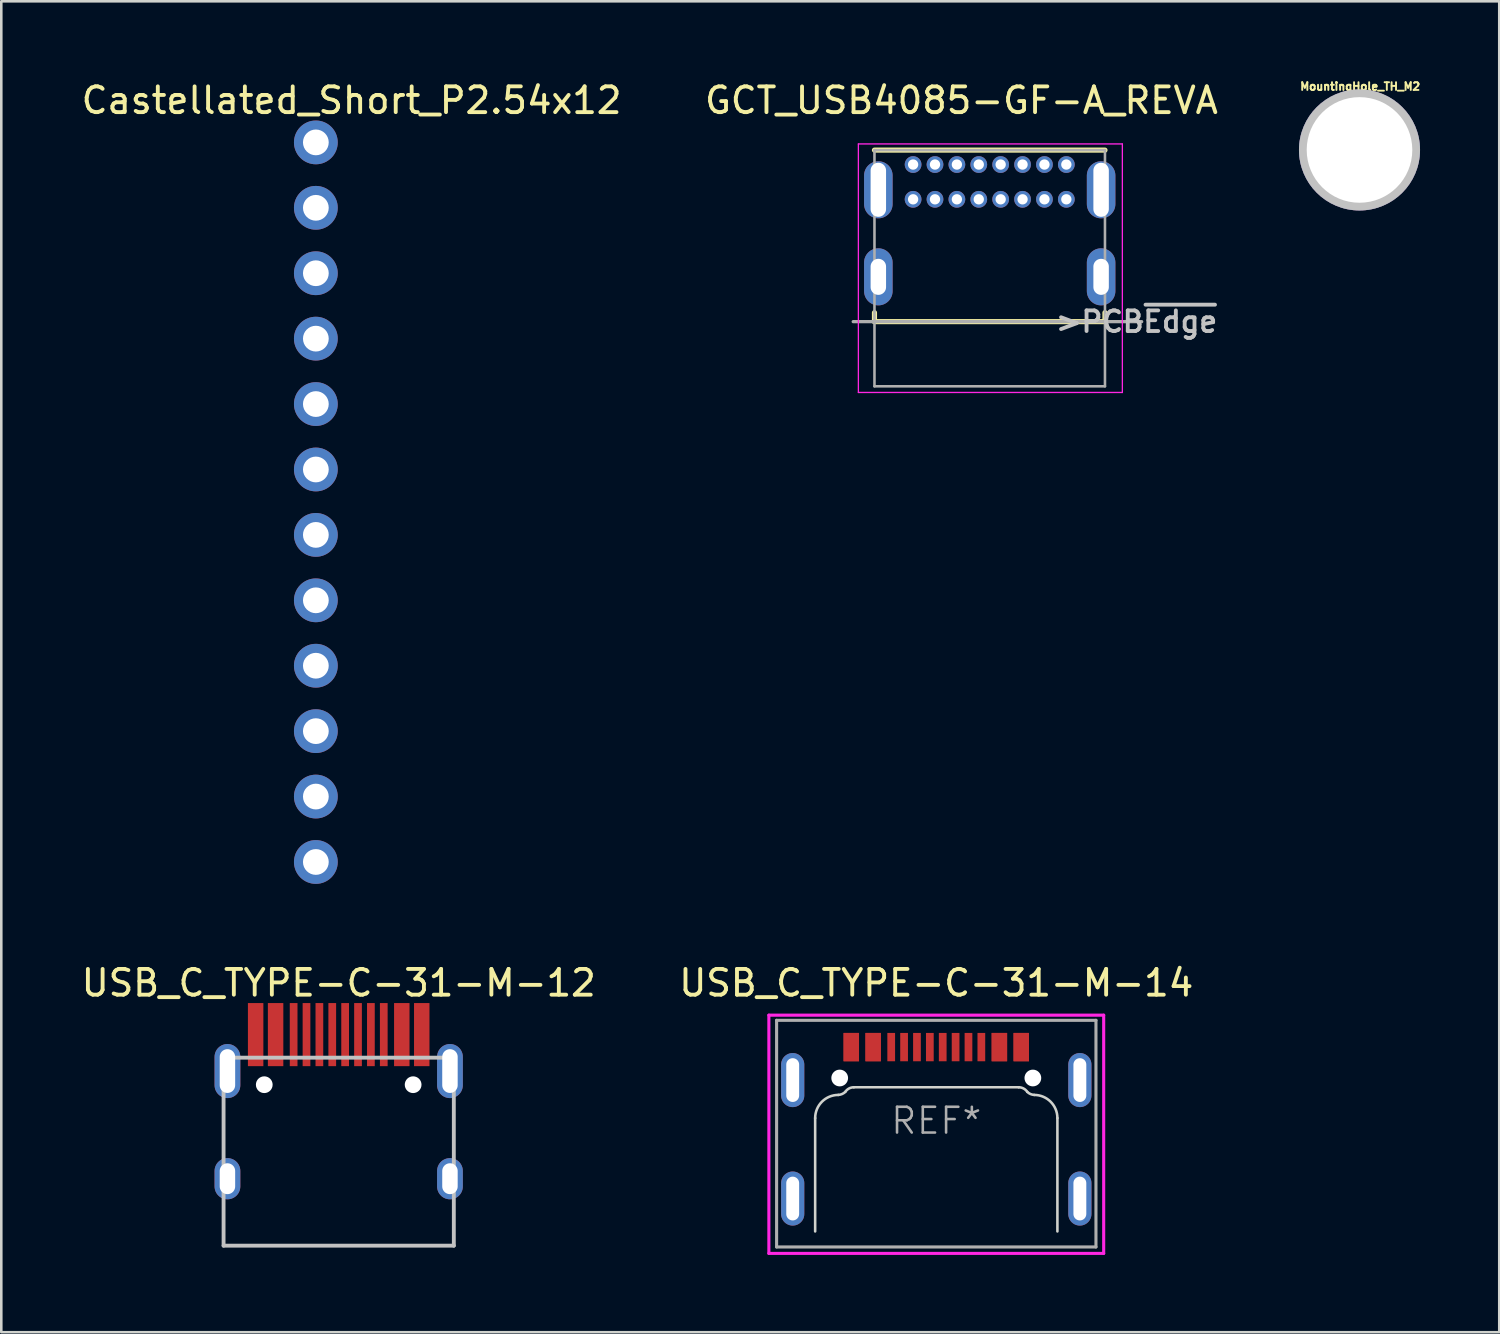
<source format=kicad_pcb>
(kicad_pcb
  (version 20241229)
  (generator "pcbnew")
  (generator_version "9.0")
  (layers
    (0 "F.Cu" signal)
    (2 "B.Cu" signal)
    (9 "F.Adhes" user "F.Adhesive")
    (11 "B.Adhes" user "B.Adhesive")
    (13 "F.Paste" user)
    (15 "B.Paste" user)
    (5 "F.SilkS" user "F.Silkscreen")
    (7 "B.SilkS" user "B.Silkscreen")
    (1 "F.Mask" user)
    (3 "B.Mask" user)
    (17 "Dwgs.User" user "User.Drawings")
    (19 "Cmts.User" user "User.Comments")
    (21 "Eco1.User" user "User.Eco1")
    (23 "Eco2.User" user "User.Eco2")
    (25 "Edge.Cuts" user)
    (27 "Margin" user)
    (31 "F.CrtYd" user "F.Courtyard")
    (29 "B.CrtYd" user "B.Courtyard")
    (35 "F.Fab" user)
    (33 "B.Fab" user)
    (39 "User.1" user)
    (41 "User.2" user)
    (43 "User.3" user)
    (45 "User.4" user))
  (footprint "USB_C_TYPE-C-31-M-12"
    (layer "F.Cu")
    (at 10.101 45.317)
    (property "Reference" "USB_C_TYPE-C-31-M-12" (at 0 -10.2 0) (layer "F.SilkS") (effects (font (size 1 1) (thickness 0.15))))
    (attr smd)
    (fp_line (start -4.47 -7.3) (end 4.47 -7.3) (stroke (width 0.15) (type solid)) (layer "Dwgs.User"))
    (fp_line (start -4.47 0) (end -4.47 -7.3) (stroke (width 0.15) (type solid)) (layer "Dwgs.User"))
    (fp_line (start -4.47 0) (end 4.47 0) (stroke (width 0.15) (type solid)) (layer "Dwgs.User"))
    (fp_line (start 4.47 0) (end 4.47 -7.3) (stroke (width 0.15) (type solid)) (layer "Dwgs.User"))
    (pad "" np_thru_hole circle (at -2.89 -6.25) (size 0.65 0.65) (drill 0.65) (layers "*.Cu" "*.Mask"))
    (pad "" np_thru_hole circle (at 2.89 -6.25) (size 0.65 0.65) (drill 0.65) (layers "*.Cu" "*.Mask"))
    (pad "13" thru_hole oval (at -4.32 -6.78) (size 1 2.1) (drill oval 0.6 1.7) (layers "*.Cu" "B.Mask"))
    (pad "13" thru_hole oval (at -4.32 -2.6) (size 1 1.6) (drill oval 0.6 1.2) (layers "*.Cu" "B.Mask"))
    (pad "13" thru_hole oval (at 4.32 -6.78) (size 1 2.1) (drill oval 0.6 1.7) (layers "*.Cu" "B.Mask"))
    (pad "13" thru_hole oval (at 4.32 -2.6) (size 1 1.6) (drill oval 0.6 1.2) (layers "*.Cu" "B.Mask"))
    (pad "A1" smd rect (at -3.225 -8.195) (size 0.6 2.45) (layers "F.Cu" "F.Mask" "F.Paste"))
    (pad "A4" smd rect (at -2.45 -8.195) (size 0.6 2.45) (layers "F.Cu" "F.Mask" "F.Paste"))
    (pad "A5" smd rect (at -1.25 -8.195) (size 0.3 2.45) (layers "F.Cu" "F.Mask" "F.Paste"))
    (pad "A6" smd rect (at -0.25 -8.195) (size 0.3 2.45) (layers "F.Cu" "F.Mask" "F.Paste"))
    (pad "A7" smd rect (at 0.25 -8.195) (size 0.3 2.45) (layers "F.Cu" "F.Mask" "F.Paste"))
    (pad "A8" smd rect (at 1.25 -8.195) (size 0.3 2.45) (layers "F.Cu" "F.Mask" "F.Paste"))
    (pad "B1" smd rect (at 3.225 -8.195) (size 0.6 2.45) (layers "F.Cu" "F.Mask" "F.Paste"))
    (pad "B4" smd rect (at 2.45 -8.195) (size 0.6 2.45) (layers "F.Cu" "F.Mask" "F.Paste"))
    (pad "B5" smd rect (at 1.75 -8.195) (size 0.3 2.45) (layers "F.Cu" "F.Mask" "F.Paste"))
    (pad "B6" smd rect (at 0.75 -8.195) (size 0.3 2.45) (layers "F.Cu" "F.Mask" "F.Paste"))
    (pad "B7" smd rect (at -0.75 -8.195) (size 0.3 2.45) (layers "F.Cu" "F.Mask" "F.Paste"))
    (pad "B8" smd rect (at -1.75 -8.195) (size 0.3 2.45) (layers "F.Cu" "F.Mask" "F.Paste")))
  (footprint "GCT_USB4085-GF-A_REVA"
    (layer "F.Cu")
    (at 35.379 7.364)
    (property "Reference" "GCT_USB4085-GF-A_REVA" (at -1.097 -6.515 0) (layer "F.SilkS") (effects (font (size 1 1) (thickness 0.15))))
    (attr through_hole)
    (fp_line (start -4.475 -4.585) (end 4.475 -4.585) (stroke (width 0.2) (type solid)) (layer "F.SilkS"))
    (fp_line (start -4.475 1.725) (end -4.475 2.075) (stroke (width 0.2) (type solid)) (layer "F.SilkS"))
    (fp_line (start -4.475 2.075) (end 4.475 2.075) (stroke (width 0.2) (type solid)) (layer "F.SilkS"))
    (fp_line (start 4.475 2.075) (end 4.475 1.725) (stroke (width 0.2) (type solid)) (layer "F.SilkS"))
    (fp_line (start -5.1 -4.825) (end 5.15 -4.825) (stroke (width 0.05) (type solid)) (layer "F.CrtYd"))
    (fp_line (start -5.1 4.825) (end -5.1 -4.825) (stroke (width 0.05) (type solid)) (layer "F.CrtYd"))
    (fp_line (start 5.15 -4.825) (end 5.15 4.825) (stroke (width 0.05) (type solid)) (layer "F.CrtYd"))
    (fp_line (start 5.15 4.825) (end -5.1 4.825) (stroke (width 0.05) (type solid)) (layer "F.CrtYd"))
    (fp_line (start -5.3 2.075) (end 5.9 2.075) (stroke (width 0.127) (type solid)) (layer "F.Fab"))
    (fp_line (start -4.475 -4.585) (end 4.475 -4.585) (stroke (width 0.1) (type solid)) (layer "F.Fab"))
    (fp_line (start -4.475 4.585) (end -4.475 -4.585) (stroke (width 0.1) (type solid)) (layer "F.Fab"))
    (fp_line (start 4.475 -4.585) (end 4.475 4.585) (stroke (width 0.1) (type solid)) (layer "F.Fab"))
    (fp_line (start 4.475 4.585) (end -4.475 4.585) (stroke (width 0.1) (type solid)) (layer "F.Fab"))
    (fp_text user ">PCB~{Edge}" (at 5.703 2.076 0) (layer "Dwgs.User") (effects (font (size 0.8 0.8) (thickness 0.15))))
    (pad "A1" thru_hole circle (at -2.975 -4.025) (size 0.65 0.65) (drill 0.4) (layers "*.Cu" "*.Mask"))
    (pad "A4" thru_hole circle (at -2.125 -4.025) (size 0.65 0.65) (drill 0.4) (layers "*.Cu" "*.Mask"))
    (pad "A5" thru_hole circle (at -1.275 -4.025) (size 0.65 0.65) (drill 0.4) (layers "*.Cu" "*.Mask"))
    (pad "A6" thru_hole circle (at -0.425 -4.025) (size 0.65 0.65) (drill 0.4) (layers "*.Cu" "*.Mask"))
    (pad "A7" thru_hole circle (at 0.425 -4.025) (size 0.65 0.65) (drill 0.4) (layers "*.Cu" "*.Mask"))
    (pad "A8" thru_hole circle (at 1.275 -4.025) (size 0.65 0.65) (drill 0.4) (layers "*.Cu" "*.Mask"))
    (pad "A9" thru_hole circle (at 2.125 -4.025) (size 0.65 0.65) (drill 0.4) (layers "*.Cu" "*.Mask"))
    (pad "A12" thru_hole circle (at 2.975 -4.025) (size 0.65 0.65) (drill 0.4) (layers "*.Cu" "*.Mask"))
    (pad "B1" thru_hole circle (at 2.975 -2.675) (size 0.65 0.65) (drill 0.4) (layers "*.Cu" "*.Mask"))
    (pad "B4" thru_hole circle (at 2.125 -2.675) (size 0.65 0.65) (drill 0.4) (layers "*.Cu" "*.Mask"))
    (pad "B5" thru_hole circle (at 1.275 -2.675) (size 0.65 0.65) (drill 0.4) (layers "*.Cu" "*.Mask"))
    (pad "B6" thru_hole circle (at 0.425 -2.675) (size 0.65 0.65) (drill 0.4) (layers "*.Cu" "*.Mask"))
    (pad "B7" thru_hole circle (at -0.425 -2.675) (size 0.65 0.65) (drill 0.4) (layers "*.Cu" "*.Mask"))
    (pad "B8" thru_hole circle (at -1.275 -2.675) (size 0.65 0.65) (drill 0.4) (layers "*.Cu" "*.Mask"))
    (pad "B9" thru_hole circle (at -2.125 -2.675) (size 0.65 0.65) (drill 0.4) (layers "*.Cu" "*.Mask"))
    (pad "B12" thru_hole circle (at -2.975 -2.675) (size 0.65 0.65) (drill 0.4) (layers "*.Cu" "*.Mask"))
    (pad "P1" thru_hole oval (at -4.325 -3.045) (size 1.108 2.216) (drill oval 0.6 2.1) (layers "*.Cu" "*.Mask"))
    (pad "P2" thru_hole oval (at 4.325 -3.045) (size 1.108 2.216) (drill oval 0.6 2.1) (layers "*.Cu" "*.Mask"))
    (pad "P3" thru_hole oval (at 4.325 0.335) (size 1.108 2.216) (drill oval 0.6 1.4) (layers "*.Cu" "*.Mask"))
    (pad "P4" thru_hole oval (at -4.325 0.335) (size 1.108 2.216) (drill oval 0.6 1.4) (layers "*.Cu" "*.Mask")))
  (footprint "USB_C_TYPE-C-31-M-14"
    (layer "F.Cu")
    (at 33.304 40.467)
    (property "Reference" "USB_C_TYPE-C-31-M-14" (at 0 -5.35 0) (layer "F.SilkS") (effects (font (size 1 1) (thickness 0.15))))
    (attr through_hole)
    (fp_line (start -4.703 4.297) (end -4.703 -0.103) (stroke (width 0.1) (type solid)) (layer "Edge.Cuts"))
    (fp_line (start -3.2 -1.3) (end 3.2 -1.3) (stroke (width 0.1) (type solid)) (layer "Edge.Cuts"))
    (fp_line (start 4.703 4.297) (end 4.703 -0.103) (stroke (width 0.1) (type solid)) (layer "Edge.Cuts"))
    (fp_arc (start -4.70304 -0.103128) (mid -4.439436 -0.739524) (end -3.80304 -1.003128) (stroke (width 0.1) (type solid)) (layer "Edge.Cuts"))
    (fp_arc (start -3.532782 -1.121938) (mid -3.657195 -1.038158) (end -3.80304 -1.003128) (stroke (width 0.1) (type solid)) (layer "Edge.Cuts"))
    (fp_arc (start -3.532782 -1.121938) (mid -3.388713 -1.252687) (end -3.2 -1.3) (stroke (width 0.1) (type solid)) (layer "Edge.Cuts"))
    (fp_arc (start 3.2 -1.3) (mid 3.388713 -1.252686) (end 3.532782 -1.121938) (stroke (width 0.1) (type solid)) (layer "Edge.Cuts"))
    (fp_arc (start 3.80304 -1.003128) (mid 3.657195 -1.038158) (end 3.532782 -1.121938) (stroke (width 0.1) (type solid)) (layer "Edge.Cuts"))
    (fp_arc (start 3.80304 -1.003128) (mid 4.439436 -0.739524) (end 4.70304 -0.103128) (stroke (width 0.1) (type solid)) (layer "Edge.Cuts"))
    (fp_line (start -6.5 -4.1) (end -6.5 5.15) (stroke (width 0.12) (type solid)) (layer "F.CrtYd"))
    (fp_line (start -6.5 -4.1) (end 6.5 -4.1) (stroke (width 0.12) (type solid)) (layer "F.CrtYd"))
    (fp_line (start -6.5 5.15) (end 6.5 5.15) (stroke (width 0.12) (type solid)) (layer "F.CrtYd"))
    (fp_line (start 6.5 -4.1) (end 6.5 5.15) (stroke (width 0.12) (type solid)) (layer "F.CrtYd"))
    (fp_line (start -6.2 -3.9) (end -6.2 4.9) (stroke (width 0.12) (type solid)) (layer "F.Fab"))
    (fp_line (start -6.2 -3.9) (end 6.2 -3.9) (stroke (width 0.12) (type solid)) (layer "F.Fab"))
    (fp_line (start 6.2 4.9) (end -6.2 4.9) (stroke (width 0.12) (type solid)) (layer "F.Fab"))
    (fp_line (start 6.2 4.9) (end 6.2 -3.9) (stroke (width 0.12) (type solid)) (layer "F.Fab"))
    (fp_text user "REF*" (at 0 0 0) (layer "F.Fab") (effects (font (size 1 1) (thickness 0.1))))
    (pad "" smd oval (at -5.675 -1.58) (size 1.2 2.4) (layers "F.Paste"))
    (pad "" smd oval (at -5.675 3.02) (size 1.2 2.4) (layers "F.Paste"))
    (pad "" np_thru_hole circle (at -3.75 -1.66) (size 0.65 0.65) (drill 0.65) (layers "*.Cu" "*.Mask"))
    (pad "" np_thru_hole circle (at 3.75 -1.66) (size 0.65 0.65) (drill 0.65) (layers "*.Cu" "*.Mask"))
    (pad "" smd oval (at 5.675 -1.58) (size 1.2 2.4) (layers "F.Paste"))
    (pad "" smd oval (at 5.675 3.02) (size 1.2 2.4) (layers "F.Paste"))
    (pad "A1" smd rect (at -3.3 -2.86) (size 0.6 1.1) (layers "F.Cu" "F.Mask" "F.Paste"))
    (pad "A4" smd rect (at -2.45 -2.86) (size 0.6 1.1) (layers "F.Cu" "F.Mask" "F.Paste"))
    (pad "A5" smd rect (at -1.25 -2.86) (size 0.3 1.1) (layers "F.Cu" "F.Mask" "F.Paste"))
    (pad "A6" smd rect (at -0.25 -2.86) (size 0.3 1.1) (layers "F.Cu" "F.Mask" "F.Paste"))
    (pad "A7" smd rect (at 0.25 -2.86) (size 0.3 1.1) (layers "F.Cu" "F.Mask" "F.Paste"))
    (pad "A8" smd rect (at 1.25 -2.86) (size 0.3 1.1) (layers "F.Cu" "F.Mask" "F.Paste"))
    (pad "A9" smd rect (at 2.45 -2.86) (size 0.6 1.1) (layers "F.Cu" "F.Mask" "F.Paste"))
    (pad "A12" smd rect (at 3.3 -2.86) (size 0.6 1.1) (layers "F.Cu" "F.Mask" "F.Paste"))
    (pad "B1" smd rect (at 3.3 -2.86) (size 0.6 1.1) (layers "F.Cu" "F.Mask" "F.Paste"))
    (pad "B4" smd rect (at 2.45 -2.86) (size 0.6 1.1) (layers "F.Cu" "F.Mask" "F.Paste"))
    (pad "B5" smd rect (at 1.75 -2.86) (size 0.3 1.1) (layers "F.Cu" "F.Mask" "F.Paste"))
    (pad "B6" smd rect (at 0.75 -2.86) (size 0.3 1.1) (layers "F.Cu" "F.Mask" "F.Paste"))
    (pad "B7" smd rect (at -0.75 -2.86) (size 0.3 1.1) (layers "F.Cu" "F.Mask" "F.Paste"))
    (pad "B8" smd rect (at -1.75 -2.86) (size 0.3 1.1) (layers "F.Cu" "F.Mask" "F.Paste"))
    (pad "B9" smd rect (at -2.45 -2.86) (size 0.6 1.1) (layers "F.Cu" "F.Mask" "F.Paste"))
    (pad "B12" smd rect (at -3.3 -2.86) (size 0.6 1.1) (layers "F.Cu" "F.Mask" "F.Paste"))
    (pad "S1" thru_hole oval (at -5.575 -1.58) (size 0.9 2.1) (drill oval 0.5 1.7) (layers "*.Cu" "*.Mask"))
    (pad "S1" thru_hole oval (at -5.575 3.02) (size 0.9 2.1) (drill oval 0.5 1.7) (layers "*.Cu" "*.Mask" "F.Paste"))
    (pad "S1" thru_hole oval (at 5.575 -1.58) (size 0.9 2.1) (drill oval 0.5 1.7) (layers "*.Cu" "*.Mask" "F.Paste"))
    (pad "S1" thru_hole oval (at 5.575 3.02) (size 0.9 2.1) (drill oval 0.5 1.7) (layers "*.Cu" "*.Mask" "F.Paste")))
  (footprint "MountingHole_TH_M2"
    (layer "F.Cu")
    (at 49.762 2.847)
    (property "Reference" "MountingHole_TH_M2" (at 0 -2.54 0) (layer "F.SilkS") (effects (font (size 0.3 0.3) (thickness 0.076))))
    (attr through_hole)
    (pad "" thru_hole circle (at -0.025 -0.075 90) (size 4.7 4.7) (drill 4.1) (layers "*.Cu" "*.Mask" "Dwgs.User")))
  (footprint "Castellated_Short_P2.54x12"
    (layer "F.Cu")
    (at 9.214 2.479)
    (property "Reference" "Castellated_Short_P2.54x12" (at 1.387 -1.631 0) (layer "F.SilkS") (effects (font (size 1 1) (thickness 0.15))))
    (attr through_hole)
    (pad "1" thru_hole circle (at 0 0) (size 1.7 1.7) (drill 1) (layers "*.Cu" "*.Mask"))
    (pad "2" thru_hole circle (at 0 2.54) (size 1.7 1.7) (drill 1) (layers "*.Cu" "*.Mask"))
    (pad "3" thru_hole circle (at 0 5.08) (size 1.7 1.7) (drill 1) (layers "*.Cu" "*.Mask"))
    (pad "4" thru_hole circle (at 0 7.62) (size 1.7 1.7) (drill 1) (layers "*.Cu" "*.Mask"))
    (pad "5" thru_hole circle (at 0 10.16) (size 1.7 1.7) (drill 1) (layers "*.Cu" "*.Mask"))
    (pad "6" thru_hole circle (at 0 12.7) (size 1.7 1.7) (drill 1) (layers "*.Cu" "*.Mask"))
    (pad "7" thru_hole circle (at 0 15.24) (size 1.7 1.7) (drill 1) (layers "*.Cu" "*.Mask"))
    (pad "8" thru_hole circle (at 0 17.78) (size 1.7 1.7) (drill 1) (layers "*.Cu" "*.Mask"))
    (pad "9" thru_hole circle (at 0 20.32) (size 1.7 1.7) (drill 1) (layers "*.Cu" "*.Mask"))
    (pad "10" thru_hole circle (at 0 22.86) (size 1.7 1.7) (drill 1) (layers "*.Cu" "*.Mask"))
    (pad "11" thru_hole circle (at 0 25.4) (size 1.7 1.7) (drill 1) (layers "*.Cu" "*.Mask"))
    (pad "12" thru_hole circle (at 0 27.94) (size 1.7 1.7) (drill 1) (layers "*.Cu" "*.Mask")))
  (gr_rect
    (start -3 -3)
    (end 55.163 48.677)
    (stroke (width 0.1) (type default))
    (fill no)
    (layer "Edge.Cuts")))
</source>
